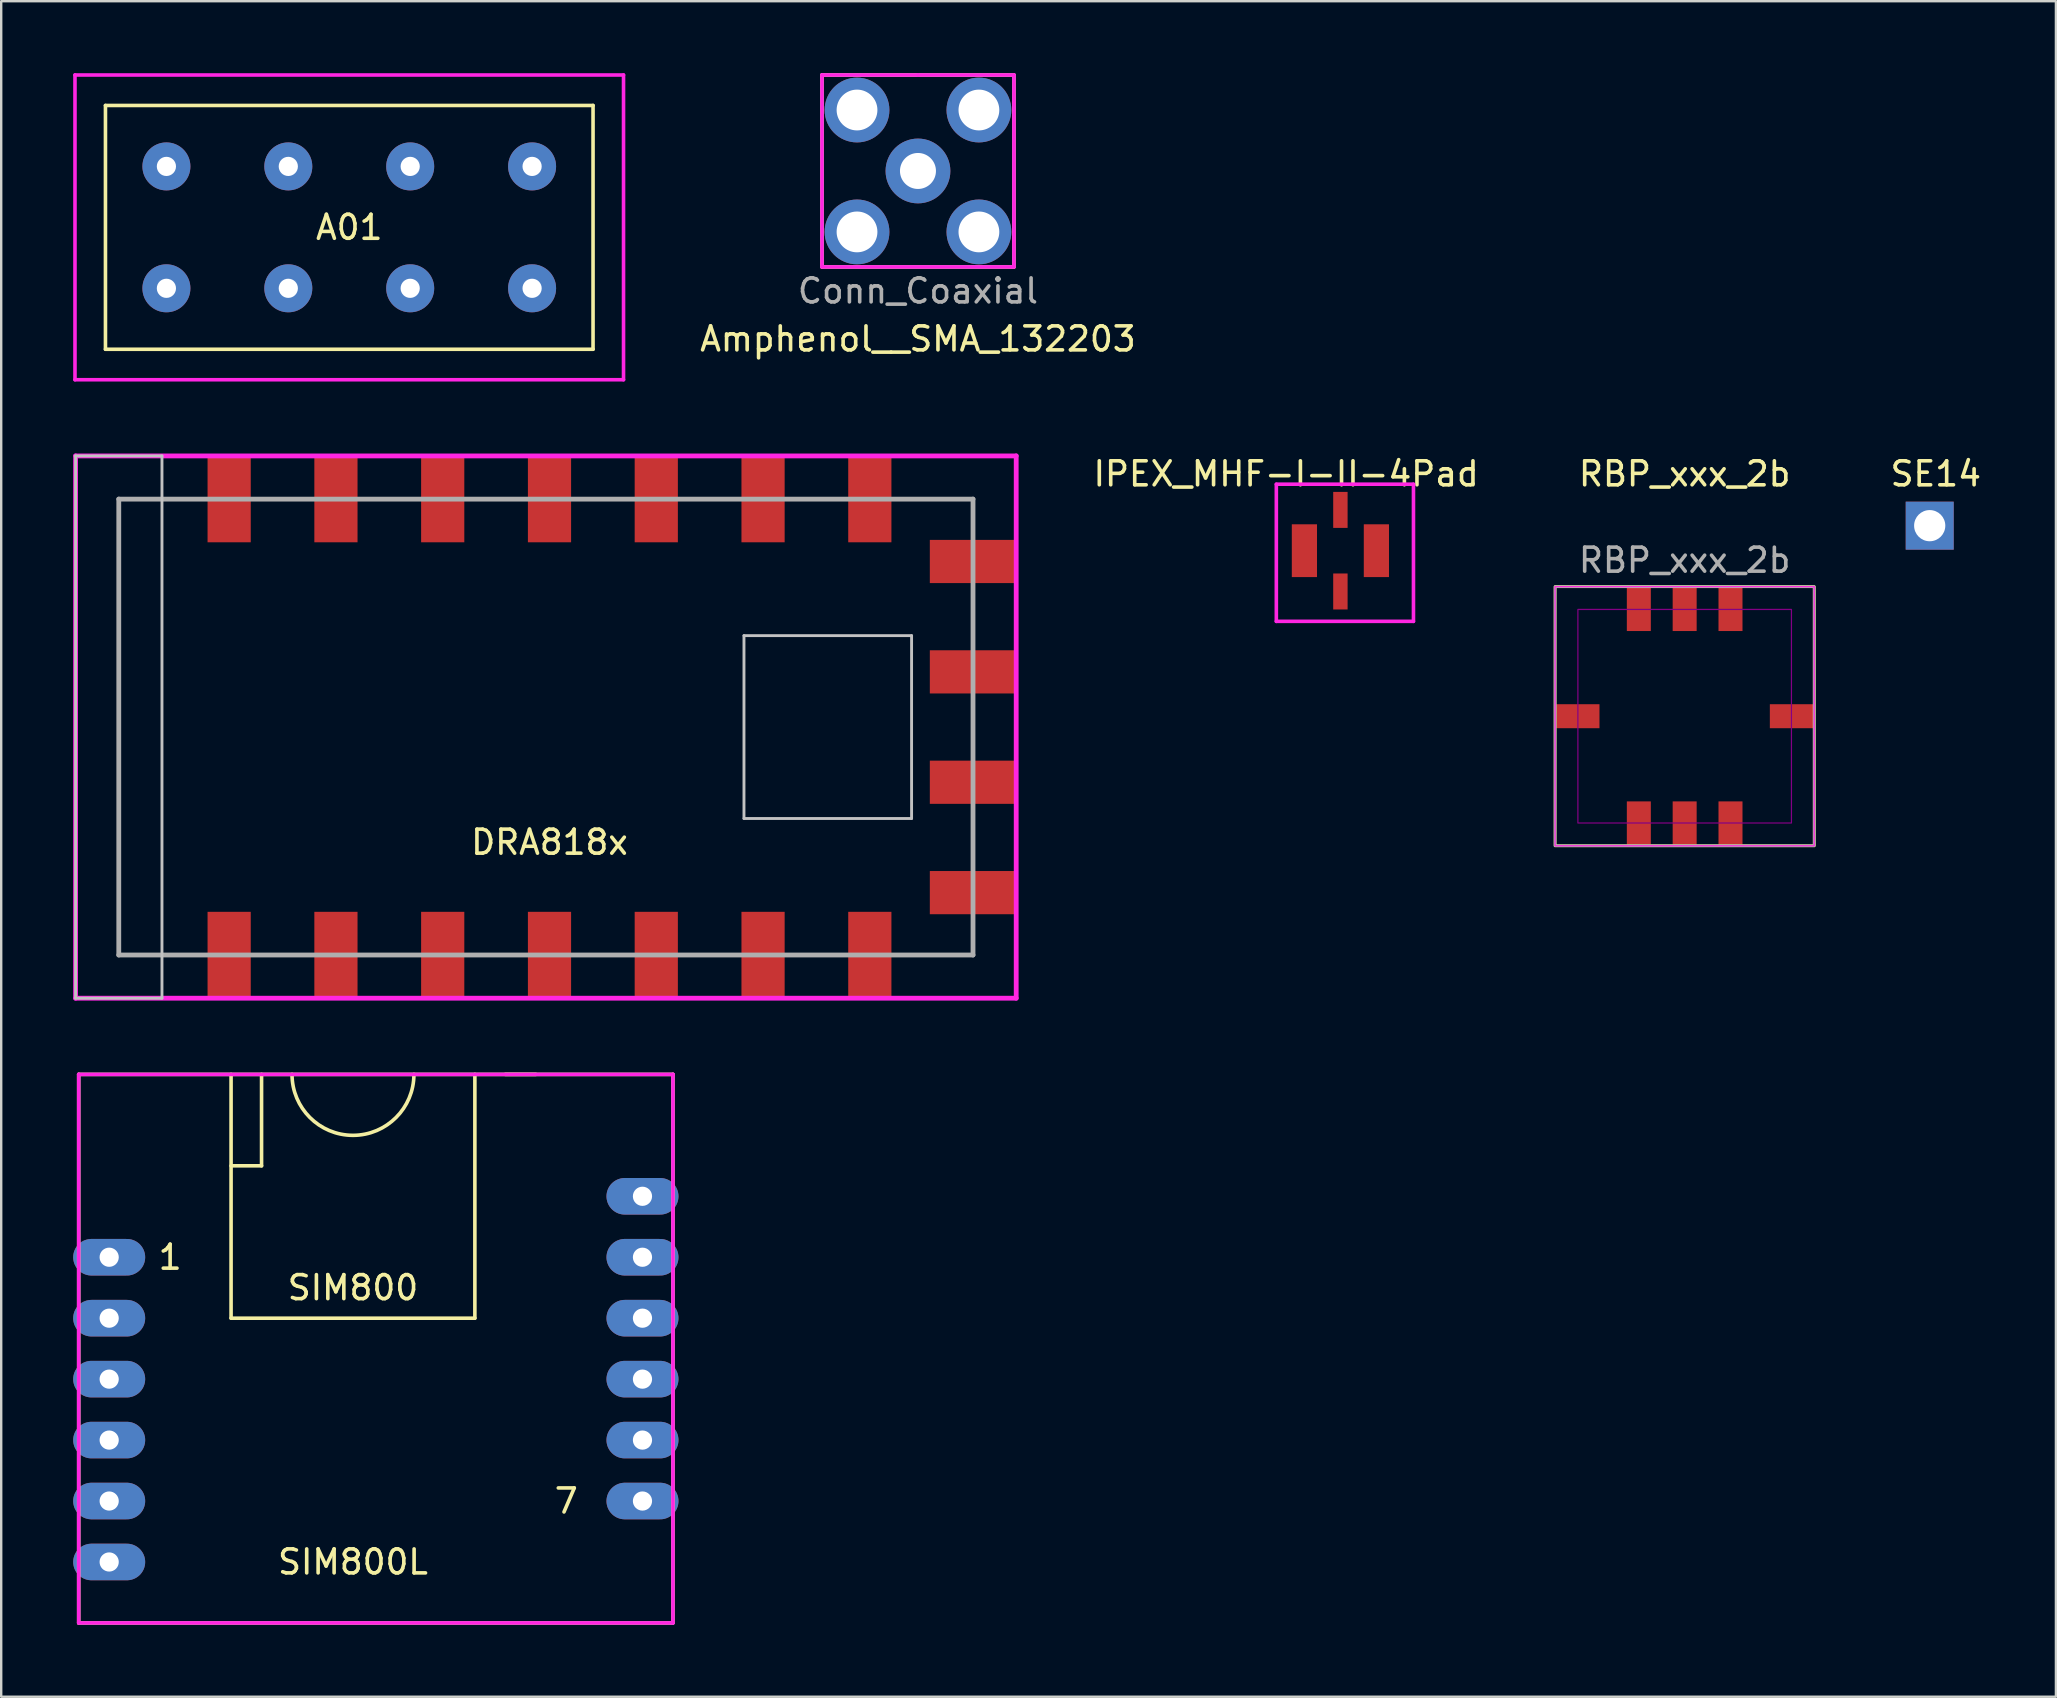
<source format=kicad_pcb>
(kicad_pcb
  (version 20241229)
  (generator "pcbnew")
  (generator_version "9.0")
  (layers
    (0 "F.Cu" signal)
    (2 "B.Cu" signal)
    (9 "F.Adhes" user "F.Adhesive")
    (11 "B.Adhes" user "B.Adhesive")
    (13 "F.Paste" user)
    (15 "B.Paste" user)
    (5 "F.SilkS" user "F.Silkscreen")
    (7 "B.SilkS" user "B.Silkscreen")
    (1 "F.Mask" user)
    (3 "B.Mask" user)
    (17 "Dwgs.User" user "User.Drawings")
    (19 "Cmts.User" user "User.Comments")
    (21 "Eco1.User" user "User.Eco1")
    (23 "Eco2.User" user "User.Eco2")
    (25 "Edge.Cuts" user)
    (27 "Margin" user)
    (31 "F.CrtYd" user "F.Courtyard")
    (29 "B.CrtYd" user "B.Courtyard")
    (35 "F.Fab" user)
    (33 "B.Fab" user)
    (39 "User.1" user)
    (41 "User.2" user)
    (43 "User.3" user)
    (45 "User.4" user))
  (footprint "SIM800L"
    (layer "F.Cu")
    (at 12.93 54.425)
    (property "Reference" "SIM800L" (at -1.27 7.62 0) (layer "F.SilkS") (effects (font (size 1 1) (thickness 0.15))))
    (attr through_hole)
    (fp_line (start -12.7 -12.7) (end 12.065 -12.7) (stroke (width 0.15) (type solid)) (layer "F.SilkS"))
    (fp_line (start -12.7 10.16) (end -12.7 -12.7) (stroke (width 0.15) (type solid)) (layer "F.SilkS"))
    (fp_line (start -6.35 -12.7) (end -6.35 -2.54) (stroke (width 0.15) (type solid)) (layer "F.SilkS"))
    (fp_line (start -6.35 -2.54) (end 3.81 -2.54) (stroke (width 0.15) (type solid)) (layer "F.SilkS"))
    (fp_line (start -5.08 -12.7) (end -5.08 -8.89) (stroke (width 0.15) (type solid)) (layer "F.SilkS"))
    (fp_line (start -5.08 -8.89) (end -6.35 -8.89) (stroke (width 0.15) (type solid)) (layer "F.SilkS"))
    (fp_line (start 3.81 -2.54) (end 3.81 -12.7) (stroke (width 0.15) (type solid)) (layer "F.SilkS"))
    (fp_line (start 6.35 -12.7) (end 5.08 -12.7) (stroke (width 0.15) (type solid)) (layer "F.SilkS"))
    (fp_line (start 12.065 -12.7) (end 12.065 10.16) (stroke (width 0.15) (type solid)) (layer "F.SilkS"))
    (fp_line (start 12.065 10.16) (end -12.7 10.16) (stroke (width 0.15) (type solid)) (layer "F.SilkS"))
    (fp_arc (start 1.27 -12.7) (mid -1.27 -10.16) (end -3.81 -12.7) (stroke (width 0.15) (type solid)) (layer "F.SilkS"))
    (fp_line (start -12.7 -12.7) (end -12.7 10.16) (stroke (width 0.15) (type solid)) (layer "F.CrtYd"))
    (fp_line (start -12.7 10.16) (end 12.065 10.16) (stroke (width 0.15) (type solid)) (layer "F.CrtYd"))
    (fp_line (start 12.065 -12.7) (end -12.7 -12.7) (stroke (width 0.15) (type solid)) (layer "F.CrtYd"))
    (fp_line (start 12.065 10.16) (end 12.065 -12.7) (stroke (width 0.15) (type solid)) (layer "F.CrtYd"))
    (fp_text user "1" (at -8.89 -5.08 0) (layer "F.SilkS") (effects (font (size 1 1) (thickness 0.15))))
    (fp_text user "SIM800" (at -1.27 -3.81 0) (layer "F.SilkS") (effects (font (size 1 1) (thickness 0.15))))
    (fp_text user "7" (at 7.62 5.08 0) (layer "F.SilkS") (effects (font (size 1 1) (thickness 0.15))))
    (pad "1" thru_hole oval (at -11.43 -5.08) (size 3 1.524) (drill 0.8) (layers "*.Cu" "*.Mask"))
    (pad "2" thru_hole oval (at -11.43 -2.54) (size 3 1.524) (drill 0.8) (layers "*.Cu" "*.Mask"))
    (pad "3" thru_hole oval (at -11.43 0) (size 3 1.524) (drill 0.8) (layers "*.Cu" "*.Mask"))
    (pad "4" thru_hole oval (at -11.43 2.54) (size 3 1.524) (drill 0.8) (layers "*.Cu" "*.Mask"))
    (pad "5" thru_hole oval (at -11.43 5.08) (size 3 1.524) (drill 0.8) (layers "*.Cu" "*.Mask"))
    (pad "6" thru_hole oval (at -11.43 7.62) (size 3 1.524) (drill 0.8) (layers "*.Cu" "*.Mask"))
    (pad "7" thru_hole oval (at 10.795 5.08) (size 3 1.524) (drill 0.8) (layers "*.Cu" "*.Mask"))
    (pad "8" thru_hole oval (at 10.795 2.54) (size 3 1.524) (drill 0.8) (layers "*.Cu" "*.Mask"))
    (pad "9" thru_hole oval (at 10.795 0) (size 3 1.524) (drill 0.8) (layers "*.Cu" "*.Mask"))
    (pad "10" thru_hole oval (at 10.795 -2.54) (size 3 1.524) (drill 0.8) (layers "*.Cu" "*.Mask"))
    (pad "11" thru_hole oval (at 10.795 -5.08) (size 3 1.524) (drill 0.8) (layers "*.Cu" "*.Mask"))
    (pad "12" thru_hole oval (at 10.795 -7.62) (size 3 1.524) (drill 0.8) (layers "*.Cu" "*.Mask")))
  (footprint "Amphenol__SMA_132203"
    (layer "F.Cu")
    (at 35.206 4.075)
    (property "Reference" "Amphenol__SMA_132203" (at 0 7 0) (layer "F.SilkS") (effects (font (size 1 1) (thickness 0.15))))
    (attr through_hole)
    (fp_line (start -4 -4) (end 4 -4) (stroke (width 0.15) (type solid)) (layer "F.SilkS"))
    (fp_line (start -4 4) (end -4 -4) (stroke (width 0.15) (type solid)) (layer "F.SilkS"))
    (fp_line (start 4 -4) (end 4 4) (stroke (width 0.15) (type solid)) (layer "F.SilkS"))
    (fp_line (start 4 4) (end -4 4) (stroke (width 0.15) (type solid)) (layer "F.SilkS"))
    (fp_line (start -4 -4) (end 0 -4) (stroke (width 0.15) (type solid)) (layer "F.CrtYd"))
    (fp_line (start -4 4) (end -4 -4) (stroke (width 0.15) (type solid)) (layer "F.CrtYd"))
    (fp_line (start 0 -4) (end 4 -4) (stroke (width 0.15) (type solid)) (layer "F.CrtYd"))
    (fp_line (start 4 -4) (end 4 4) (stroke (width 0.15) (type solid)) (layer "F.CrtYd"))
    (fp_line (start 4 4) (end -4 4) (stroke (width 0.15) (type solid)) (layer "F.CrtYd"))
    (fp_text user "Conn_Coaxial" (at 0 5 0) (layer "F.Fab") (effects (font (size 1 1) (thickness 0.15))))
    (pad "1" thru_hole circle (at 0 0) (size 2.7 2.7) (drill 1.5) (layers "*.Cu" "*.Mask"))
    (pad "2" thru_hole circle (at -2.54 -2.54) (size 2.7 2.7) (drill 1.7) (layers "*.Cu" "*.Mask"))
    (pad "2" thru_hole circle (at -2.54 2.54) (size 2.7 2.7) (drill 1.7) (layers "*.Cu" "*.Mask"))
    (pad "2" thru_hole circle (at 2.54 -2.54) (size 2.7 2.7) (drill 1.7) (layers "*.Cu" "*.Mask"))
    (pad "2" thru_hole circle (at 2.54 2.54) (size 2.7 2.7) (drill 1.7) (layers "*.Cu" "*.Mask")))
  (footprint "IPEX_MHF-I-II-4Pad"
    (layer "F.Cu")
    (at 52.811 18.4)
    (property "Reference" "IPEX_MHF-I-II-4Pad" (at -2.262 -1.702 0) (layer "F.SilkS") (effects (font (size 1 1) (thickness 0.15))))
    (attr through_hole)
    (fp_line (start -2.67 -1.27) (end -2.67 4.445) (stroke (width 0.15) (type solid)) (layer "F.CrtYd"))
    (fp_line (start -2.67 4.445) (end 3.045 4.445) (stroke (width 0.15) (type solid)) (layer "F.CrtYd"))
    (fp_line (start 3.045 -1.27) (end -2.67 -1.27) (stroke (width 0.15) (type solid)) (layer "F.CrtYd"))
    (fp_line (start 3.045 4.445) (end 3.045 -1.27) (stroke (width 0.15) (type solid)) (layer "F.CrtYd"))
    (pad "1" smd rect (at 0 -0.2) (size 0.6 1.5) (layers "F.Cu" "F.Mask" "F.Paste"))
    (pad "2" smd rect (at -1.5 1.5 90) (size 2.2 1.05) (layers "F.Cu" "F.Mask" "F.Paste"))
    (pad "2" smd rect (at 0 3.2) (size 0.6 1.5) (layers "F.Cu" "F.Mask" "F.Paste"))
    (pad "2" smd rect (at 1.5 1.5 90) (size 2.2 1.05) (layers "F.Cu" "F.Mask" "F.Paste")))
  (footprint "A01"
    (layer "F.Cu")
    (at 3.885 3.885)
    (property "Reference" "A01" (at 7.62 2.54 0) (layer "F.SilkS") (effects (font (size 1 1) (thickness 0.15))))
    (attr through_hole)
    (fp_line (start -2.54 -2.54) (end -2.54 7.62) (stroke (width 0.15) (type solid)) (layer "F.SilkS"))
    (fp_line (start -2.54 7.62) (end 17.78 7.62) (stroke (width 0.15) (type solid)) (layer "F.SilkS"))
    (fp_line (start 17.78 -2.54) (end -2.54 -2.54) (stroke (width 0.15) (type solid)) (layer "F.SilkS"))
    (fp_line (start 17.78 7.62) (end 17.78 -2.54) (stroke (width 0.15) (type solid)) (layer "F.SilkS"))
    (fp_line (start -3.81 -3.81) (end -3.81 8.89) (stroke (width 0.15) (type solid)) (layer "F.CrtYd"))
    (fp_line (start -3.81 8.89) (end 19.05 8.89) (stroke (width 0.15) (type solid)) (layer "F.CrtYd"))
    (fp_line (start 19.05 -3.81) (end -3.81 -3.81) (stroke (width 0.15) (type solid)) (layer "F.CrtYd"))
    (fp_line (start 19.05 8.89) (end 19.05 -3.81) (stroke (width 0.15) (type solid)) (layer "F.CrtYd"))
    (pad "1" thru_hole circle (at 0 0) (size 2 2) (drill 0.8) (layers "*.Cu" "*.Mask"))
    (pad "2" thru_hole circle (at 0 5.08) (size 2 2) (drill 0.8) (layers "*.Cu" "*.Mask"))
    (pad "3" thru_hole circle (at 5.08 0) (size 2 2) (drill 0.8) (layers "*.Cu" "*.Mask"))
    (pad "4" thru_hole circle (at 5.08 5.08) (size 2 2) (drill 0.8) (layers "*.Cu" "*.Mask"))
    (pad "5" thru_hole circle (at 10.16 0) (size 2 2) (drill 0.8) (layers "*.Cu" "*.Mask"))
    (pad "6" thru_hole circle (at 10.16 5.08) (size 2 2) (drill 0.8) (layers "*.Cu" "*.Mask"))
    (pad "7" thru_hole circle (at 15.24 0) (size 2 2) (drill 0.8) (layers "*.Cu" "*.Mask"))
    (pad "8" thru_hole circle (at 15.24 5.08) (size 2 2) (drill 0.8) (layers "*.Cu" "*.Mask")))
  (footprint "RBP_xxx_2b"
    (layer "F.Cu")
    (at 67.158 26.798)
    (property "Reference" "RBP_xxx_2b" (at 0 -10.1 0) (layer "F.SilkS") (effects (font (size 1 1) (thickness 0.15))))
    (attr smd)
    (fp_rect (start -5.4 -5.4) (end 5.4 5.4) (stroke (width 0.12) (type default)) (fill no) (layer "F.SilkS"))
    (fp_rect (start -4.45 -4.45) (end 4.45 4.45) (stroke (width 0.05) (type solid)) (fill no) (layer "F.Adhes"))
    (fp_rect (start -5.4 -5.4) (end 5.4 5.4) (stroke (width 0.05) (type default)) (fill no) (layer "F.CrtYd"))
    (fp_rect (start -5.4 -5.4) (end 5.4 5.4) (stroke (width 0.1) (type default)) (fill no) (layer "F.Fab"))
    (fp_text user "${REFERENCE}" (at 0 -6.5 0) (layer "F.Fab") (effects (font (size 1 1) (thickness 0.15))))
    (pad "1" smd rect (at -1.91 -4.45) (size 1 1.8) (layers "F.Cu" "F.Mask" "F.Paste"))
    (pad "2" smd rect (at 0 -4.45) (size 1 1.8) (layers "F.Cu" "F.Mask" "F.Paste"))
    (pad "3" smd rect (at 1.91 -4.45) (size 1 1.8) (layers "F.Cu" "F.Mask" "F.Paste"))
    (pad "4" smd rect (at 4.45 0 90) (size 1 1.8) (layers "F.Cu" "F.Mask" "F.Paste"))
    (pad "5" smd rect (at 1.91 4.45 180) (size 1 1.8) (layers "F.Cu" "F.Mask" "F.Paste"))
    (pad "6" smd rect (at 0 4.45 180) (size 1 1.8) (layers "F.Cu" "F.Mask" "F.Paste"))
    (pad "7" smd rect (at -1.91 4.45 180) (size 1 1.8) (layers "F.Cu" "F.Mask" "F.Paste"))
    (pad "8" smd rect (at -4.45 0 270) (size 1 1.8) (layers "F.Cu" "F.Mask" "F.Paste"))
    (zone (net_name "") (layer "F.Cu") (hatch edge 0.5) (connect_pads) (min_thickness 0.25) (filled_areas_thickness no) (fill (island_removal_mode 1) (island_area_min 10)) (polygon (pts (xy 62.758 22.398) (xy 65.758 22.398) (xy 65.758 24.398) (xy 68.558 24.398) (xy 68.558 22.398) (xy 71.558 22.398) (xy 71.558 25.398) (xy 69.558 25.398) (xy 69.558 28.198) (xy 71.558 28.198) (xy 71.558 31.198) (xy 68.558 31.198) (xy 68.558 29.198) (xy 65.758 29.198) (xy 65.758 31.198) (xy 62.758 31.198) (xy 62.758 28.198) (xy 64.758 28.198) (xy 64.758 25.398) (xy 62.758 25.398)))))
  (footprint "SE14"
    (layer "F.Cu")
    (at 77.37 18.857)
    (property "Reference" "SE14" (at 0.254 -2.159 0) (layer "F.SilkS") (effects (font (size 1 1) (thickness 0.15))))
    (attr through_hole)
    (pad "1" thru_hole trapezoid (at 0 0) (size 2 2) (drill 1.3) (layers "*.Cu" "*.Mask")))
  (footprint "DRA818x"
    (layer "F.Cu")
    (at 6.5 17.75)
    (property "Reference" "DRA818x" (at 13.35 14.3 0) (layer "F.SilkS") (effects (font (size 1 1) (thickness 0.15))))
    (attr smd)
    (fp_line (start -6.4 -1.8) (end -6.4 20.8) (stroke (width 0.12) (type solid)) (layer "F.SilkS"))
    (fp_line (start -6.4 20.8) (end 32.8 20.8) (stroke (width 0.12) (type solid)) (layer "F.SilkS"))
    (fp_line (start 32.8 -1.8) (end -6.4 -1.8) (stroke (width 0.12) (type solid)) (layer "F.SilkS"))
    (fp_line (start 32.8 20.8) (end 32.8 -1.8) (stroke (width 0.12) (type solid)) (layer "F.SilkS"))
    (fp_line (start -6.4 -1.8) (end -2.8 -1.8) (stroke (width 0.12) (type solid)) (layer "Dwgs.User"))
    (fp_line (start -6.4 20.8) (end -6.4 -1.8) (stroke (width 0.12) (type solid)) (layer "Dwgs.User"))
    (fp_line (start -2.8 -1.8) (end -2.8 20.8) (stroke (width 0.12) (type solid)) (layer "Dwgs.User"))
    (fp_line (start -2.8 20.8) (end -6.4 20.8) (stroke (width 0.12) (type solid)) (layer "Dwgs.User"))
    (fp_line (start 21.455 5.69) (end 28.44 5.69) (stroke (width 0.12) (type solid)) (layer "Dwgs.User"))
    (fp_line (start 21.455 13.31) (end 21.455 5.69) (stroke (width 0.12) (type solid)) (layer "Dwgs.User"))
    (fp_line (start 28.44 5.69) (end 28.44 13.31) (stroke (width 0.12) (type solid)) (layer "Dwgs.User"))
    (fp_line (start 28.44 13.31) (end 21.455 13.31) (stroke (width 0.12) (type solid)) (layer "Dwgs.User"))
    (fp_line (start -6.4 -1.8) (end 32.8 -1.8) (stroke (width 0.2) (type solid)) (layer "F.CrtYd"))
    (fp_line (start -6.4 20.8) (end -6.4 -1.8) (stroke (width 0.2) (type solid)) (layer "F.CrtYd"))
    (fp_line (start 32.8 -1.8) (end 32.8 20.8) (stroke (width 0.2) (type solid)) (layer "F.CrtYd"))
    (fp_line (start 32.8 20.8) (end -6.4 20.8) (stroke (width 0.2) (type solid)) (layer "F.CrtYd"))
    (fp_line (start -4.6 0) (end 31 0) (stroke (width 0.2) (type solid)) (layer "F.Fab"))
    (fp_line (start -4.6 19) (end -4.6 0) (stroke (width 0.2) (type solid)) (layer "F.Fab"))
    (fp_line (start 31 0) (end 31 19) (stroke (width 0.2) (type solid)) (layer "F.Fab"))
    (fp_line (start 31 19) (end -4.6 19) (stroke (width 0.2) (type solid)) (layer "F.Fab"))
    (pad "1" smd rect (at 0 0 90) (size 3.6 1.8) (layers "F.Cu" "F.Mask" "F.Paste"))
    (pad "2" smd rect (at 4.45 0 90) (size 3.6 1.8) (layers "F.Cu" "F.Mask" "F.Paste"))
    (pad "3" smd rect (at 8.9 0 90) (size 3.6 1.8) (layers "F.Cu" "F.Mask" "F.Paste"))
    (pad "4" smd rect (at 13.35 0 90) (size 3.6 1.8) (layers "F.Cu" "F.Mask" "F.Paste"))
    (pad "5" smd rect (at 17.8 0 90) (size 3.6 1.8) (layers "F.Cu" "F.Mask" "F.Paste"))
    (pad "6" smd rect (at 22.25 0 90) (size 3.6 1.8) (layers "F.Cu" "F.Mask" "F.Paste"))
    (pad "7" smd rect (at 26.7 0 90) (size 3.6 1.8) (layers "F.Cu" "F.Mask" "F.Paste"))
    (pad "8" smd rect (at 31 2.6 180) (size 3.6 1.8) (layers "F.Cu" "F.Mask" "F.Paste"))
    (pad "9" smd rect (at 31 7.2 180) (size 3.6 1.8) (layers "F.Cu" "F.Mask" "F.Paste"))
    (pad "10" smd rect (at 31 11.8 180) (size 3.6 1.8) (layers "F.Cu" "F.Mask" "F.Paste"))
    (pad "11" smd rect (at 31 16.4 180) (size 3.6 1.8) (layers "F.Cu" "F.Mask" "F.Paste"))
    (pad "12" smd rect (at 26.7 19 90) (size 3.6 1.8) (layers "F.Cu" "F.Mask" "F.Paste"))
    (pad "13" smd rect (at 22.25 19 90) (size 3.6 1.8) (layers "F.Cu" "F.Mask" "F.Paste"))
    (pad "14" smd rect (at 17.8 19 90) (size 3.6 1.8) (layers "F.Cu" "F.Mask" "F.Paste"))
    (pad "15" smd rect (at 13.35 19 90) (size 3.6 1.8) (layers "F.Cu" "F.Mask" "F.Paste"))
    (pad "16" smd rect (at 8.9 19 90) (size 3.6 1.8) (layers "F.Cu" "F.Mask" "F.Paste"))
    (pad "17" smd rect (at 4.45 19 90) (size 3.6 1.8) (layers "F.Cu" "F.Mask" "F.Paste"))
    (pad "18" smd rect (at 0 19 90) (size 3.6 1.8) (layers "F.Cu" "F.Mask" "F.Paste"))
    (zone (net_name "") (layer "F.Cu") (hatch edge 0.508) (connect_pads) (min_thickness 0.254) (filled_areas_thickness no) (keepout (tracks not_allowed) (vias not_allowed) (pads not_allowed) (copperpour allowed) (footprints not_allowed)) (placement (enabled no)) (fill) (polygon (pts (xy 35.575 34.87) (xy 2.555 34.87) (xy 2.555 20.265) (xy 35.575 20.265)))))
  (gr_rect
    (start -3 -3)
    (end 82.63 67.66)
    (stroke (width 0.1) (type default))
    (fill no)
    (layer "Edge.Cuts")))
</source>
